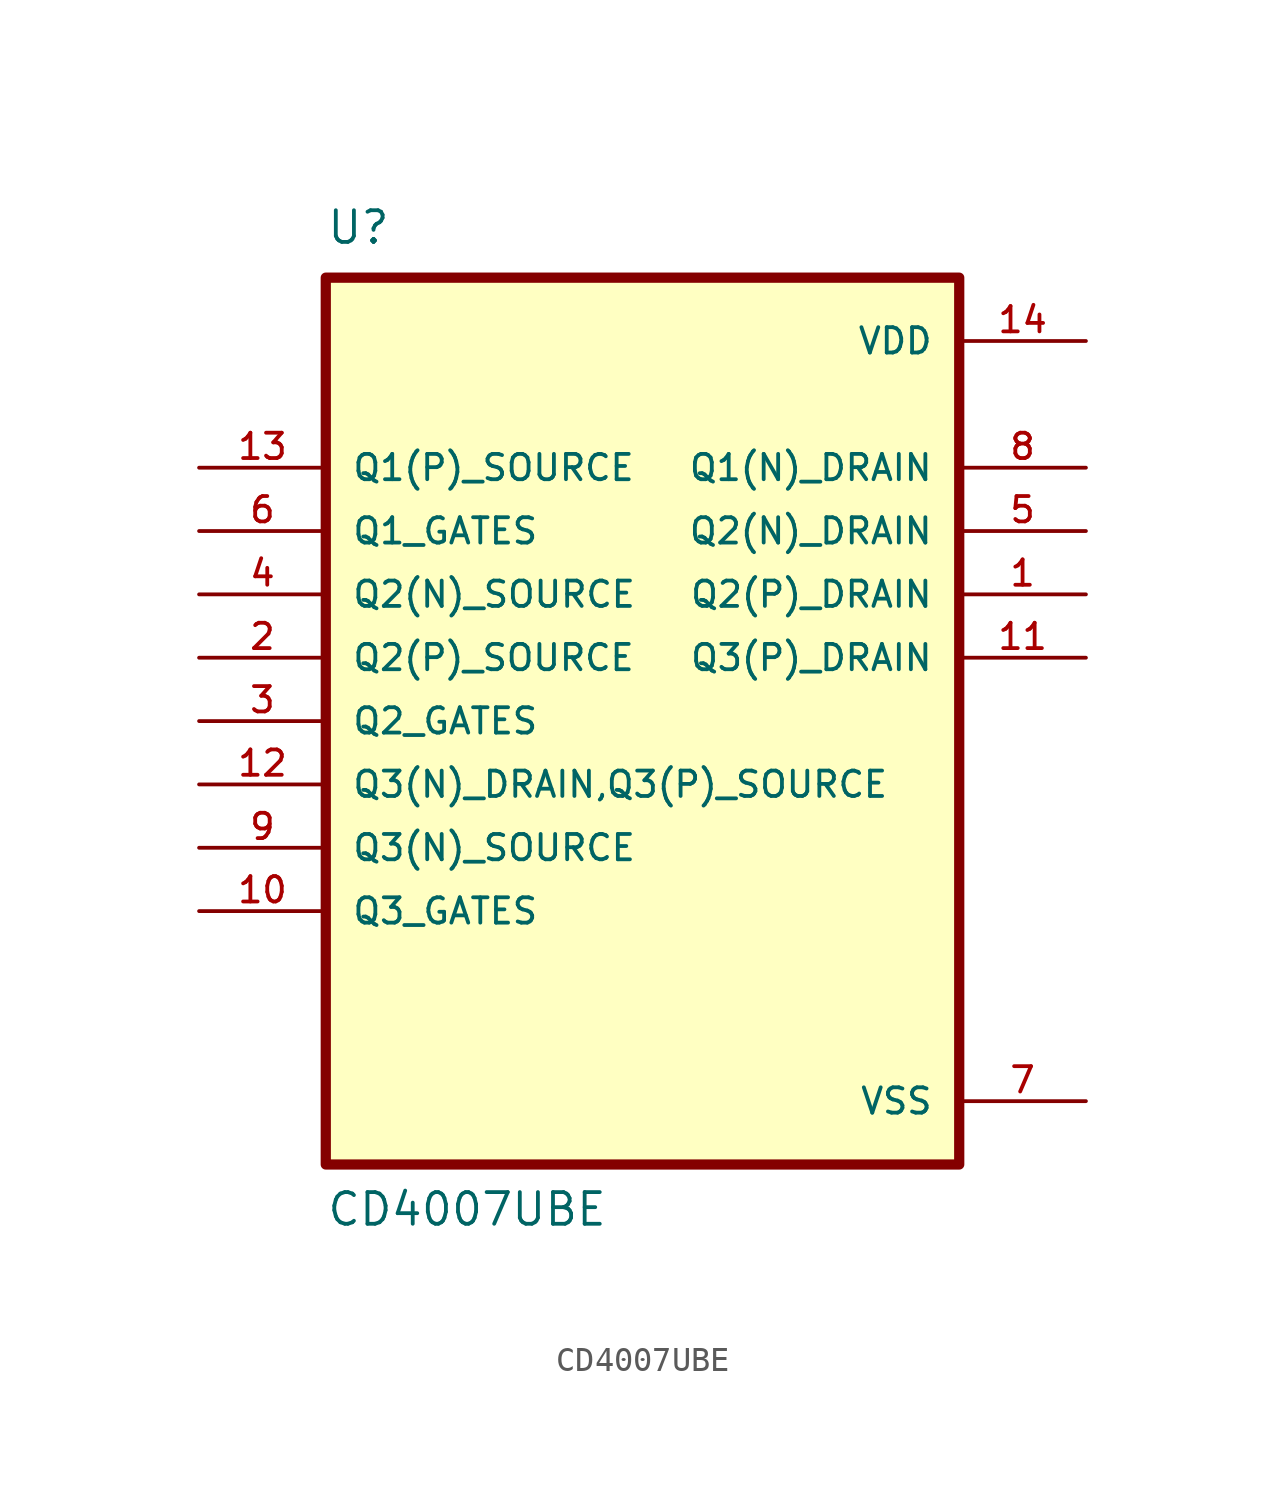
<source format=kicad_sym>
(kicad_symbol_lib
  (version 20220914)
  (generator kicad_symbol_editor)
  (symbol "CD4007UBE"
    (pin_names
      (offset 1.016))
    (property "Reference" "U"
      (at -12.7 19.05 0)
      (effects (font (size 1.27 1.27)) (justify left bottom)))
    (property "Value" "CD4007UBE"
      (at -12.7 -20.32 0)
      (effects (font (size 1.27 1.27)) (justify left bottom)))
    (symbol "CD4007UBE_0_0"
      (rectangle (start -12.7 17.78) (end 12.7 -17.78) (stroke (width 0.41) (type default)) (fill (type background)))
      (pin output line (at 17.78 5.08 180) (length 5.08) (name "Q2(P)_DRAIN" (effects (font (size 1.016 1.016)))) (number "1" (effects (font (size 1.016 1.016)))))
      (pin input line (at -17.78 -7.62 0) (length 5.08) (name "Q3_GATES" (effects (font (size 1.016 1.016)))) (number "10" (effects (font (size 1.016 1.016)))))
      (pin output line (at 17.78 2.54 180) (length 5.08) (name "Q3(P)_DRAIN" (effects (font (size 1.016 1.016)))) (number "11" (effects (font (size 1.016 1.016)))))
      (pin input line (at -17.78 -2.54 0) (length 5.08) (name "Q3(N)_DRAIN,Q3(P)_SOURCE" (effects (font (size 1.016 1.016)))) (number "12" (effects (font (size 1.016 1.016)))))
      (pin input line (at -17.78 10.16 0) (length 5.08) (name "Q1(P)_SOURCE" (effects (font (size 1.016 1.016)))) (number "13" (effects (font (size 1.016 1.016)))))
      (pin power_in line (at 17.78 15.24 180) (length 5.08) (name "VDD" (effects (font (size 1.016 1.016)))) (number "14" (effects (font (size 1.016 1.016)))))
      (pin input line (at -17.78 2.54 0) (length 5.08) (name "Q2(P)_SOURCE" (effects (font (size 1.016 1.016)))) (number "2" (effects (font (size 1.016 1.016)))))
      (pin input line (at -17.78 0 0) (length 5.08) (name "Q2_GATES" (effects (font (size 1.016 1.016)))) (number "3" (effects (font (size 1.016 1.016)))))
      (pin input line (at -17.78 5.08 0) (length 5.08) (name "Q2(N)_SOURCE" (effects (font (size 1.016 1.016)))) (number "4" (effects (font (size 1.016 1.016)))))
      (pin output line (at 17.78 7.62 180) (length 5.08) (name "Q2(N)_DRAIN" (effects (font (size 1.016 1.016)))) (number "5" (effects (font (size 1.016 1.016)))))
      (pin input line (at -17.78 7.62 0) (length 5.08) (name "Q1_GATES" (effects (font (size 1.016 1.016)))) (number "6" (effects (font (size 1.016 1.016)))))
      (pin power_in line (at 17.78 -15.24 180) (length 5.08) (name "VSS" (effects (font (size 1.016 1.016)))) (number "7" (effects (font (size 1.016 1.016)))))
      (pin output line (at 17.78 10.16 180) (length 5.08) (name "Q1(N)_DRAIN" (effects (font (size 1.016 1.016)))) (number "8" (effects (font (size 1.016 1.016)))))
      (pin input line (at -17.78 -5.08 0) (length 5.08) (name "Q3(N)_SOURCE" (effects (font (size 1.016 1.016)))) (number "9" (effects (font (size 1.016 1.016))))))))
</source>
